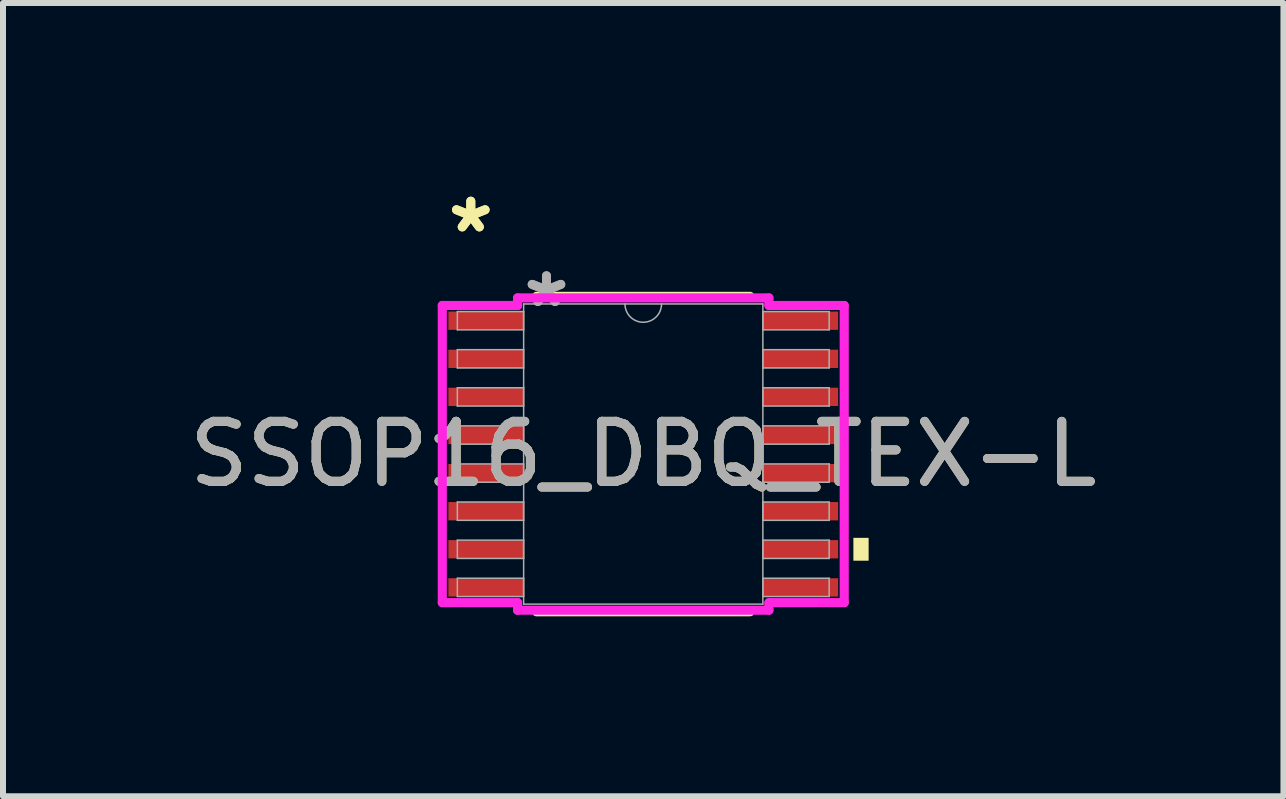
<source format=kicad_pcb>
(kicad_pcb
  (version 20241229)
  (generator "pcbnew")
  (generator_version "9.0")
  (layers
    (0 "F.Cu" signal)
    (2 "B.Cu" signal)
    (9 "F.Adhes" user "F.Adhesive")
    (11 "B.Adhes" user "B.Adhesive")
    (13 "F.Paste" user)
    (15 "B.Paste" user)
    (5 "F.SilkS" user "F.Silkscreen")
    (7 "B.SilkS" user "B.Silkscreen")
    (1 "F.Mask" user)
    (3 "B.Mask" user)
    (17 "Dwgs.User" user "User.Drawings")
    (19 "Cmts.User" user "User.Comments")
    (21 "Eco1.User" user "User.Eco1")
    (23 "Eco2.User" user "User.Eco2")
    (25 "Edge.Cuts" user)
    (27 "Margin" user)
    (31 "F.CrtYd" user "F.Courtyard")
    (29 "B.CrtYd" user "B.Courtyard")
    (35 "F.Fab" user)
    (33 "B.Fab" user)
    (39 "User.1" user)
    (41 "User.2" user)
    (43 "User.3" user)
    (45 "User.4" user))
  (footprint "SSOP16_DBQ_TEX-L"
    (layer "F.Cu")
    (at 7.673 4.519)
    (property "Reference" "SSOP16_DBQ_TEX-L" (at 0 0 0) (unlocked yes) (layer "F.SilkS") (effects (font (size 1 1) (thickness 0.15))))
    (attr smd)
    (fp_line (start -1.779 2.629) (end 1.779 2.629) (stroke (width 0.152) (type solid)) (layer "F.SilkS"))
    (fp_line (start 1.779 -2.629) (end -1.779 -2.629) (stroke (width 0.152) (type solid)) (layer "F.SilkS"))
    (fp_poly (pts (xy 3.757 1.397) (xy 3.757 1.778) (xy 3.503 1.778) (xy 3.503 1.397)) (stroke (width 0) (type solid)) (fill yes) (layer "F.SilkS"))
    (fp_line (start -3.35 -2.477) (end -2.095 -2.477) (stroke (width 0.152) (type solid)) (layer "F.CrtYd"))
    (fp_line (start -3.35 2.477) (end -3.35 -2.477) (stroke (width 0.152) (type solid)) (layer "F.CrtYd"))
    (fp_line (start -3.35 2.477) (end -2.095 2.477) (stroke (width 0.152) (type solid)) (layer "F.CrtYd"))
    (fp_line (start -2.095 -2.603) (end 2.095 -2.603) (stroke (width 0.152) (type solid)) (layer "F.CrtYd"))
    (fp_line (start -2.095 -2.477) (end -2.095 -2.603) (stroke (width 0.152) (type solid)) (layer "F.CrtYd"))
    (fp_line (start -2.095 2.603) (end -2.095 2.477) (stroke (width 0.152) (type solid)) (layer "F.CrtYd"))
    (fp_line (start 2.095 -2.603) (end 2.095 -2.477) (stroke (width 0.152) (type solid)) (layer "F.CrtYd"))
    (fp_line (start 2.095 2.477) (end 2.095 2.603) (stroke (width 0.152) (type solid)) (layer "F.CrtYd"))
    (fp_line (start 2.095 2.603) (end -2.095 2.603) (stroke (width 0.152) (type solid)) (layer "F.CrtYd"))
    (fp_line (start 3.35 -2.477) (end 2.095 -2.477) (stroke (width 0.152) (type solid)) (layer "F.CrtYd"))
    (fp_line (start 3.35 -2.477) (end 3.35 2.477) (stroke (width 0.152) (type solid)) (layer "F.CrtYd"))
    (fp_line (start 3.35 2.477) (end 2.095 2.477) (stroke (width 0.152) (type solid)) (layer "F.CrtYd"))
    (fp_line (start -3.099 -2.375) (end -3.099 -2.07) (stroke (width 0.025) (type solid)) (layer "F.Fab"))
    (fp_line (start -3.099 -2.07) (end -1.994 -2.07) (stroke (width 0.025) (type solid)) (layer "F.Fab"))
    (fp_line (start -3.099 -1.74) (end -3.099 -1.435) (stroke (width 0.025) (type solid)) (layer "F.Fab"))
    (fp_line (start -3.099 -1.435) (end -1.994 -1.435) (stroke (width 0.025) (type solid)) (layer "F.Fab"))
    (fp_line (start -3.099 -1.105) (end -3.099 -0.8) (stroke (width 0.025) (type solid)) (layer "F.Fab"))
    (fp_line (start -3.099 -0.8) (end -1.994 -0.8) (stroke (width 0.025) (type solid)) (layer "F.Fab"))
    (fp_line (start -3.099 -0.47) (end -3.099 -0.165) (stroke (width 0.025) (type solid)) (layer "F.Fab"))
    (fp_line (start -3.099 -0.165) (end -1.994 -0.165) (stroke (width 0.025) (type solid)) (layer "F.Fab"))
    (fp_line (start -3.099 0.165) (end -3.099 0.47) (stroke (width 0.025) (type solid)) (layer "F.Fab"))
    (fp_line (start -3.099 0.47) (end -1.994 0.47) (stroke (width 0.025) (type solid)) (layer "F.Fab"))
    (fp_line (start -3.099 0.8) (end -3.099 1.105) (stroke (width 0.025) (type solid)) (layer "F.Fab"))
    (fp_line (start -3.099 1.105) (end -1.994 1.105) (stroke (width 0.025) (type solid)) (layer "F.Fab"))
    (fp_line (start -3.099 1.435) (end -3.099 1.74) (stroke (width 0.025) (type solid)) (layer "F.Fab"))
    (fp_line (start -3.099 1.74) (end -1.994 1.74) (stroke (width 0.025) (type solid)) (layer "F.Fab"))
    (fp_line (start -3.099 2.07) (end -3.099 2.375) (stroke (width 0.025) (type solid)) (layer "F.Fab"))
    (fp_line (start -3.099 2.375) (end -1.994 2.375) (stroke (width 0.025) (type solid)) (layer "F.Fab"))
    (fp_line (start -1.994 -2.502) (end -1.994 2.502) (stroke (width 0.025) (type solid)) (layer "F.Fab"))
    (fp_line (start -1.994 -2.375) (end -3.099 -2.375) (stroke (width 0.025) (type solid)) (layer "F.Fab"))
    (fp_line (start -1.994 -2.07) (end -1.994 -2.375) (stroke (width 0.025) (type solid)) (layer "F.Fab"))
    (fp_line (start -1.994 -1.74) (end -3.099 -1.74) (stroke (width 0.025) (type solid)) (layer "F.Fab"))
    (fp_line (start -1.994 -1.435) (end -1.994 -1.74) (stroke (width 0.025) (type solid)) (layer "F.Fab"))
    (fp_line (start -1.994 -1.105) (end -3.099 -1.105) (stroke (width 0.025) (type solid)) (layer "F.Fab"))
    (fp_line (start -1.994 -0.8) (end -1.994 -1.105) (stroke (width 0.025) (type solid)) (layer "F.Fab"))
    (fp_line (start -1.994 -0.47) (end -3.099 -0.47) (stroke (width 0.025) (type solid)) (layer "F.Fab"))
    (fp_line (start -1.994 -0.165) (end -1.994 -0.47) (stroke (width 0.025) (type solid)) (layer "F.Fab"))
    (fp_line (start -1.994 0.165) (end -3.099 0.165) (stroke (width 0.025) (type solid)) (layer "F.Fab"))
    (fp_line (start -1.994 0.47) (end -1.994 0.165) (stroke (width 0.025) (type solid)) (layer "F.Fab"))
    (fp_line (start -1.994 0.8) (end -3.099 0.8) (stroke (width 0.025) (type solid)) (layer "F.Fab"))
    (fp_line (start -1.994 1.105) (end -1.994 0.8) (stroke (width 0.025) (type solid)) (layer "F.Fab"))
    (fp_line (start -1.994 1.435) (end -3.099 1.435) (stroke (width 0.025) (type solid)) (layer "F.Fab"))
    (fp_line (start -1.994 1.74) (end -1.994 1.435) (stroke (width 0.025) (type solid)) (layer "F.Fab"))
    (fp_line (start -1.994 2.07) (end -3.099 2.07) (stroke (width 0.025) (type solid)) (layer "F.Fab"))
    (fp_line (start -1.994 2.375) (end -1.994 2.07) (stroke (width 0.025) (type solid)) (layer "F.Fab"))
    (fp_line (start -1.994 2.502) (end 1.994 2.502) (stroke (width 0.025) (type solid)) (layer "F.Fab"))
    (fp_line (start 1.994 -2.502) (end -1.994 -2.502) (stroke (width 0.025) (type solid)) (layer "F.Fab"))
    (fp_line (start 1.994 -2.375) (end 1.994 -2.07) (stroke (width 0.025) (type solid)) (layer "F.Fab"))
    (fp_line (start 1.994 -2.07) (end 3.099 -2.07) (stroke (width 0.025) (type solid)) (layer "F.Fab"))
    (fp_line (start 1.994 -1.74) (end 1.994 -1.435) (stroke (width 0.025) (type solid)) (layer "F.Fab"))
    (fp_line (start 1.994 -1.435) (end 3.099 -1.435) (stroke (width 0.025) (type solid)) (layer "F.Fab"))
    (fp_line (start 1.994 -1.105) (end 1.994 -0.8) (stroke (width 0.025) (type solid)) (layer "F.Fab"))
    (fp_line (start 1.994 -0.8) (end 3.099 -0.8) (stroke (width 0.025) (type solid)) (layer "F.Fab"))
    (fp_line (start 1.994 -0.47) (end 1.994 -0.165) (stroke (width 0.025) (type solid)) (layer "F.Fab"))
    (fp_line (start 1.994 -0.165) (end 3.099 -0.165) (stroke (width 0.025) (type solid)) (layer "F.Fab"))
    (fp_line (start 1.994 0.165) (end 1.994 0.47) (stroke (width 0.025) (type solid)) (layer "F.Fab"))
    (fp_line (start 1.994 0.47) (end 3.099 0.47) (stroke (width 0.025) (type solid)) (layer "F.Fab"))
    (fp_line (start 1.994 0.8) (end 1.994 1.105) (stroke (width 0.025) (type solid)) (layer "F.Fab"))
    (fp_line (start 1.994 1.105) (end 3.099 1.105) (stroke (width 0.025) (type solid)) (layer "F.Fab"))
    (fp_line (start 1.994 1.435) (end 1.994 1.74) (stroke (width 0.025) (type solid)) (layer "F.Fab"))
    (fp_line (start 1.994 1.74) (end 3.099 1.74) (stroke (width 0.025) (type solid)) (layer "F.Fab"))
    (fp_line (start 1.994 2.07) (end 1.994 2.375) (stroke (width 0.025) (type solid)) (layer "F.Fab"))
    (fp_line (start 1.994 2.375) (end 3.099 2.375) (stroke (width 0.025) (type solid)) (layer "F.Fab"))
    (fp_line (start 1.994 2.502) (end 1.994 -2.502) (stroke (width 0.025) (type solid)) (layer "F.Fab"))
    (fp_line (start 3.099 -2.375) (end 1.994 -2.375) (stroke (width 0.025) (type solid)) (layer "F.Fab"))
    (fp_line (start 3.099 -2.07) (end 3.099 -2.375) (stroke (width 0.025) (type solid)) (layer "F.Fab"))
    (fp_line (start 3.099 -1.74) (end 1.994 -1.74) (stroke (width 0.025) (type solid)) (layer "F.Fab"))
    (fp_line (start 3.099 -1.435) (end 3.099 -1.74) (stroke (width 0.025) (type solid)) (layer "F.Fab"))
    (fp_line (start 3.099 -1.105) (end 1.994 -1.105) (stroke (width 0.025) (type solid)) (layer "F.Fab"))
    (fp_line (start 3.099 -0.8) (end 3.099 -1.105) (stroke (width 0.025) (type solid)) (layer "F.Fab"))
    (fp_line (start 3.099 -0.47) (end 1.994 -0.47) (stroke (width 0.025) (type solid)) (layer "F.Fab"))
    (fp_line (start 3.099 -0.165) (end 3.099 -0.47) (stroke (width 0.025) (type solid)) (layer "F.Fab"))
    (fp_line (start 3.099 0.165) (end 1.994 0.165) (stroke (width 0.025) (type solid)) (layer "F.Fab"))
    (fp_line (start 3.099 0.47) (end 3.099 0.165) (stroke (width 0.025) (type solid)) (layer "F.Fab"))
    (fp_line (start 3.099 0.8) (end 1.994 0.8) (stroke (width 0.025) (type solid)) (layer "F.Fab"))
    (fp_line (start 3.099 1.105) (end 3.099 0.8) (stroke (width 0.025) (type solid)) (layer "F.Fab"))
    (fp_line (start 3.099 1.435) (end 1.994 1.435) (stroke (width 0.025) (type solid)) (layer "F.Fab"))
    (fp_line (start 3.099 1.74) (end 3.099 1.435) (stroke (width 0.025) (type solid)) (layer "F.Fab"))
    (fp_line (start 3.099 2.07) (end 1.994 2.07) (stroke (width 0.025) (type solid)) (layer "F.Fab"))
    (fp_line (start 3.099 2.375) (end 3.099 2.07) (stroke (width 0.025) (type solid)) (layer "F.Fab"))
    (fp_arc (start 0.3048 -2.5019) (mid 0 -2.1971) (end -0.3048 -2.5019) (stroke (width 0.0254) (type solid)) (layer "F.Fab"))
    (fp_text user "*" (at -2.875 -3.67 0) (unlocked yes) (layer "F.SilkS") (effects (font (size 1 1) (thickness 0.15))))
    (fp_text user "*" (at -2.875 -3.67 0) (layer "F.SilkS") (effects (font (size 1 1) (thickness 0.15))))
    (fp_text user "*" (at -1.613 -2.426 0) (layer "F.Fab") (effects (font (size 1 1) (thickness 0.15))))
    (fp_text user "*" (at -1.613 -2.426 0) (unlocked yes) (layer "F.Fab") (effects (font (size 1 1) (thickness 0.15))))
    (fp_text user "${REFERENCE}" (at 0 0 0) (unlocked yes) (layer "F.Fab") (effects (font (size 1 1) (thickness 0.15))))
    (pad "1" smd rect (at -2.621 -2.223) (size 1.255 0.305) (layers "F.Cu" "F.Mask" "F.Paste"))
    (pad "2" smd rect (at -2.621 -1.587) (size 1.255 0.305) (layers "F.Cu" "F.Mask" "F.Paste"))
    (pad "3" smd rect (at -2.621 -0.953) (size 1.255 0.305) (layers "F.Cu" "F.Mask" "F.Paste"))
    (pad "4" smd rect (at -2.621 -0.318) (size 1.255 0.305) (layers "F.Cu" "F.Mask" "F.Paste"))
    (pad "5" smd rect (at -2.621 0.318) (size 1.255 0.305) (layers "F.Cu" "F.Mask" "F.Paste"))
    (pad "6" smd rect (at -2.621 0.953) (size 1.255 0.305) (layers "F.Cu" "F.Mask" "F.Paste"))
    (pad "7" smd rect (at -2.621 1.587) (size 1.255 0.305) (layers "F.Cu" "F.Mask" "F.Paste"))
    (pad "8" smd rect (at -2.621 2.223) (size 1.255 0.305) (layers "F.Cu" "F.Mask" "F.Paste"))
    (pad "9" smd rect (at 2.621 2.223) (size 1.255 0.305) (layers "F.Cu" "F.Mask" "F.Paste"))
    (pad "10" smd rect (at 2.621 1.587) (size 1.255 0.305) (layers "F.Cu" "F.Mask" "F.Paste"))
    (pad "11" smd rect (at 2.621 0.953) (size 1.255 0.305) (layers "F.Cu" "F.Mask" "F.Paste"))
    (pad "12" smd rect (at 2.621 0.318) (size 1.255 0.305) (layers "F.Cu" "F.Mask" "F.Paste"))
    (pad "13" smd rect (at 2.621 -0.318) (size 1.255 0.305) (layers "F.Cu" "F.Mask" "F.Paste"))
    (pad "14" smd rect (at 2.621 -0.953) (size 1.255 0.305) (layers "F.Cu" "F.Mask" "F.Paste"))
    (pad "15" smd rect (at 2.621 -1.587) (size 1.255 0.305) (layers "F.Cu" "F.Mask" "F.Paste"))
    (pad "16" smd rect (at 2.621 -2.223) (size 1.255 0.305) (layers "F.Cu" "F.Mask" "F.Paste")))
  (gr_rect
    (start -3 -3)
    (end 18.345 10.224)
    (stroke (width 0.1) (type default))
    (fill no)
    (layer "Edge.Cuts")))
</source>
